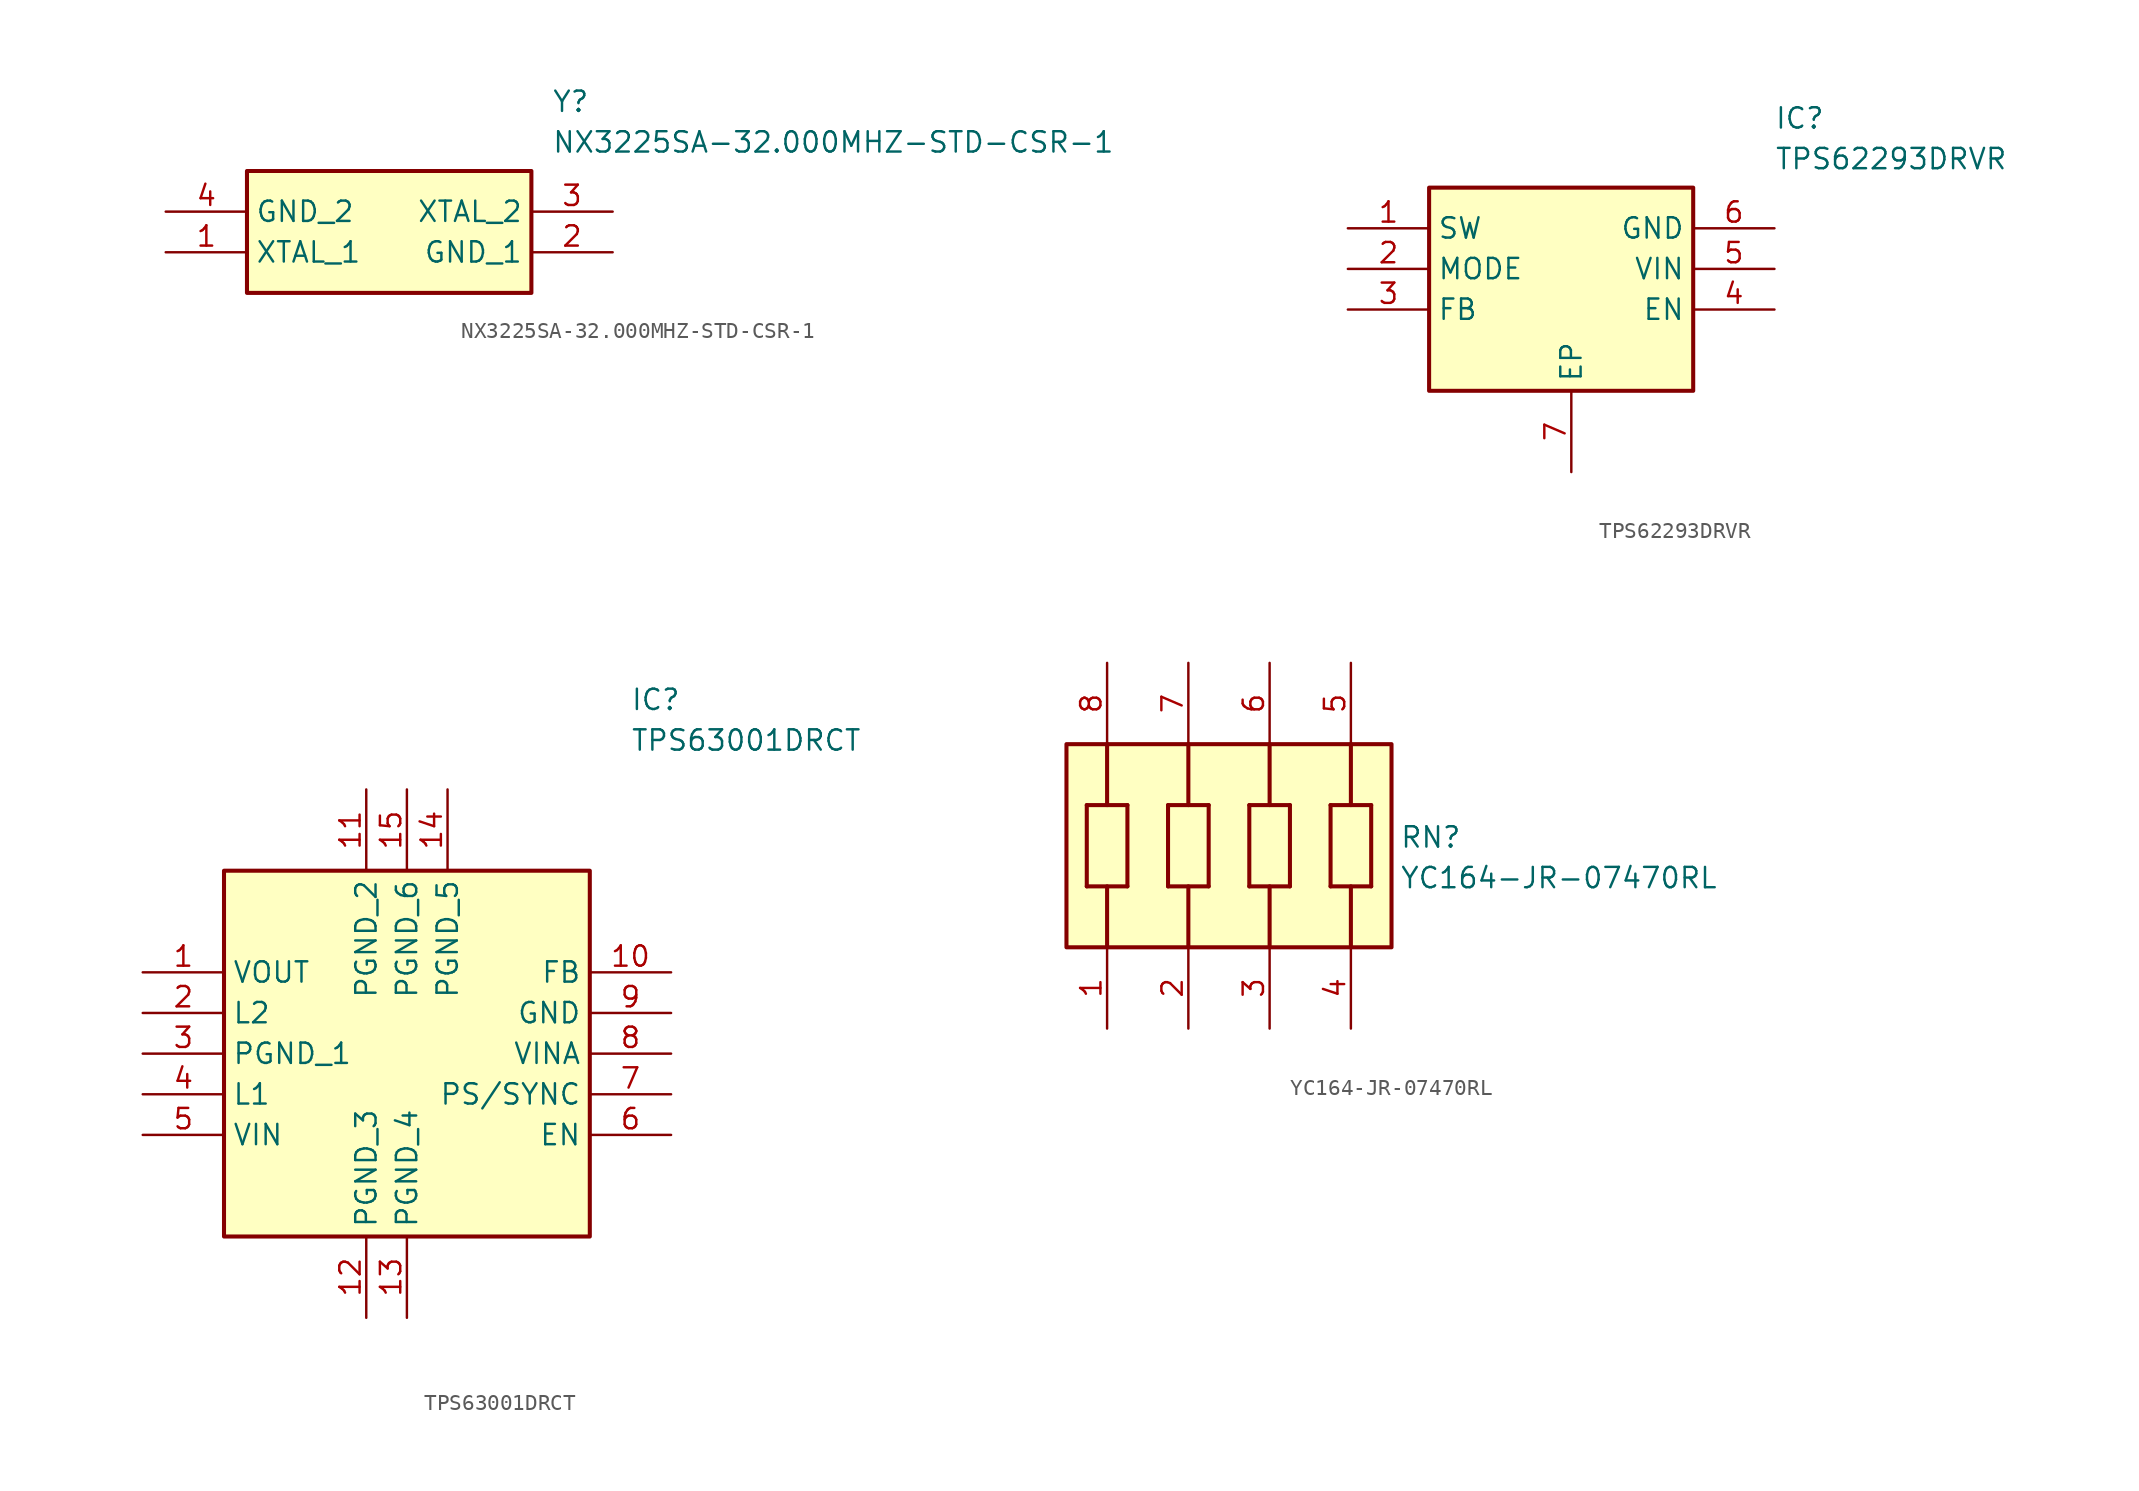
<source format=kicad_sym>
(kicad_symbol_lib
  (version 20241209)
  (generator "kicad_symbol_editor")
  (generator_version "9.0")
  (symbol "NX3225SA-32.000MHZ-STD-CSR-1"
    (property "Reference" "Y"
      (at 29.21 7.62 0)
      (effects (font (size 1.27 1.27)) (justify left top)))
    (property "Value" "NX3225SA-32.000MHZ-STD-CSR-1"
      (at 29.21 5.08 0)
      (effects (font (size 1.27 1.27)) (justify left top)))
    (symbol "NX3225SA-32.000MHZ-STD-CSR-1_1_1"
      (rectangle (start 10.16 2.54) (end 27.94 -5.08) (stroke (width 0.254) (type default)) (fill (type background)))
      (pin passive line (at 5.08 0 0) (length 5.08) (name "GND_2" (effects (font (size 1.27 1.27)))) (number "4" (effects (font (size 1.27 1.27)))))
      (pin passive line (at 5.08 -2.54 0) (length 5.08) (name "XTAL_1" (effects (font (size 1.27 1.27)))) (number "1" (effects (font (size 1.27 1.27)))))
      (pin passive line (at 33.02 0 180) (length 5.08) (name "XTAL_2" (effects (font (size 1.27 1.27)))) (number "3" (effects (font (size 1.27 1.27)))))
      (pin passive line (at 33.02 -2.54 180) (length 5.08) (name "GND_1" (effects (font (size 1.27 1.27)))) (number "2" (effects (font (size 1.27 1.27)))))))
  (symbol "TPS62293DRVR"
    (property "Reference" "IC"
      (at 26.67 7.62 0)
      (effects (font (size 1.27 1.27)) (justify left top)))
    (property "Value" "TPS62293DRVR"
      (at 26.67 5.08 0)
      (effects (font (size 1.27 1.27)) (justify left top)))
    (symbol "TPS62293DRVR_1_1"
      (rectangle (start 5.08 2.54) (end 21.59 -10.16) (stroke (width 0.254) (type default)) (fill (type background)))
      (pin passive line (at 0 0 0) (length 5.08) (name "SW" (effects (font (size 1.27 1.27)))) (number "1" (effects (font (size 1.27 1.27)))))
      (pin passive line (at 0 -2.54 0) (length 5.08) (name "MODE" (effects (font (size 1.27 1.27)))) (number "2" (effects (font (size 1.27 1.27)))))
      (pin passive line (at 0 -5.08 0) (length 5.08) (name "FB" (effects (font (size 1.27 1.27)))) (number "3" (effects (font (size 1.27 1.27)))))
      (pin passive line (at 13.97 -15.24 90) (length 5.08) (name "EP" (effects (font (size 1.27 1.27)))) (number "7" (effects (font (size 1.27 1.27)))))
      (pin passive line (at 26.67 0 180) (length 5.08) (name "GND" (effects (font (size 1.27 1.27)))) (number "6" (effects (font (size 1.27 1.27)))))
      (pin passive line (at 26.67 -2.54 180) (length 5.08) (name "VIN" (effects (font (size 1.27 1.27)))) (number "5" (effects (font (size 1.27 1.27)))))
      (pin passive line (at 26.67 -5.08 180) (length 5.08) (name "EN" (effects (font (size 1.27 1.27)))) (number "4" (effects (font (size 1.27 1.27)))))))
  (symbol "TPS63001DRCT"
    (property "Reference" "IC"
      (at 31.75 17.78 0)
      (effects (font (size 1.27 1.27)) (justify left top)))
    (property "Value" "TPS63001DRCT"
      (at 31.75 15.24 0)
      (effects (font (size 1.27 1.27)) (justify left top)))
    (symbol "TPS63001DRCT_1_1"
      (rectangle (start 6.35 6.35) (end 29.21 -16.51) (stroke (width 0.254) (type default)) (fill (type background)))
      (pin passive line (at 1.27 0 0) (length 5.08) (name "VOUT" (effects (font (size 1.27 1.27)))) (number "1" (effects (font (size 1.27 1.27)))))
      (pin passive line (at 1.27 -2.54 0) (length 5.08) (name "L2" (effects (font (size 1.27 1.27)))) (number "2" (effects (font (size 1.27 1.27)))))
      (pin passive line (at 1.27 -5.08 0) (length 5.08) (name "PGND_1" (effects (font (size 1.27 1.27)))) (number "3" (effects (font (size 1.27 1.27)))))
      (pin passive line (at 1.27 -7.62 0) (length 5.08) (name "L1" (effects (font (size 1.27 1.27)))) (number "4" (effects (font (size 1.27 1.27)))))
      (pin passive line (at 1.27 -10.16 0) (length 5.08) (name "VIN" (effects (font (size 1.27 1.27)))) (number "5" (effects (font (size 1.27 1.27)))))
      (pin passive line (at 15.24 11.43 270) (length 5.08) (name "PGND_2" (effects (font (size 1.27 1.27)))) (number "11" (effects (font (size 1.27 1.27)))))
      (pin passive line (at 15.24 -21.59 90) (length 5.08) (name "PGND_3" (effects (font (size 1.27 1.27)))) (number "12" (effects (font (size 1.27 1.27)))))
      (pin passive line (at 17.78 11.43 270) (length 5.08) (name "PGND_6" (effects (font (size 1.27 1.27)))) (number "15" (effects (font (size 1.27 1.27)))))
      (pin passive line (at 17.78 -21.59 90) (length 5.08) (name "PGND_4" (effects (font (size 1.27 1.27)))) (number "13" (effects (font (size 1.27 1.27)))))
      (pin passive line (at 20.32 11.43 270) (length 5.08) (name "PGND_5" (effects (font (size 1.27 1.27)))) (number "14" (effects (font (size 1.27 1.27)))))
      (pin passive line (at 34.29 0 180) (length 5.08) (name "FB" (effects (font (size 1.27 1.27)))) (number "10" (effects (font (size 1.27 1.27)))))
      (pin passive line (at 34.29 -2.54 180) (length 5.08) (name "GND" (effects (font (size 1.27 1.27)))) (number "9" (effects (font (size 1.27 1.27)))))
      (pin passive line (at 34.29 -5.08 180) (length 5.08) (name "VINA" (effects (font (size 1.27 1.27)))) (number "8" (effects (font (size 1.27 1.27)))))
      (pin passive line (at 34.29 -7.62 180) (length 5.08) (name "PS/SYNC" (effects (font (size 1.27 1.27)))) (number "7" (effects (font (size 1.27 1.27)))))
      (pin passive line (at 34.29 -10.16 180) (length 5.08) (name "EN" (effects (font (size 1.27 1.27)))) (number "6" (effects (font (size 1.27 1.27)))))))
  (symbol "YC164-JR-07470RL"
    (pin_names
      (hide yes))
    (property "Reference" "RN"
      (at 25.908 -2.54 0)
      (effects (font (size 1.27 1.27)) (justify left top)))
    (property "Value" "YC164-JR-07470RL"
      (at 25.908 -5.08 0)
      (effects (font (size 1.27 1.27)) (justify left top)))
    (symbol "YC164-JR-07470RL_1_1"
      (rectangle (start 5.08 2.54) (end 25.4 -10.16) (stroke (width 0.254) (type default)) (fill (type background)))
      (polyline (pts (xy 6.35 -1.27) (xy 6.35 -6.35)) (stroke (width 0.254) (type default)) (fill (type none)))
      (polyline (pts (xy 6.35 -1.27) (xy 8.89 -1.27)) (stroke (width 0.254) (type default)) (fill (type none)))
      (polyline (pts (xy 7.62 -1.27) (xy 7.62 2.54)) (stroke (width 0.254) (type default)) (fill (type none)))
      (polyline (pts (xy 7.62 -6.35) (xy 7.62 -10.16)) (stroke (width 0.254) (type default)) (fill (type none)))
      (polyline (pts (xy 8.89 -6.35) (xy 6.35 -6.35)) (stroke (width 0.254) (type default)) (fill (type none)))
      (polyline (pts (xy 8.89 -6.35) (xy 8.89 -1.27)) (stroke (width 0.254) (type default)) (fill (type none)))
      (polyline (pts (xy 11.43 -1.27) (xy 11.43 -6.35)) (stroke (width 0.254) (type default)) (fill (type none)))
      (polyline (pts (xy 11.43 -1.27) (xy 13.97 -1.27)) (stroke (width 0.254) (type default)) (fill (type none)))
      (polyline (pts (xy 12.7 -1.27) (xy 12.7 2.54)) (stroke (width 0.254) (type default)) (fill (type none)))
      (polyline (pts (xy 12.7 -6.35) (xy 12.7 -10.16)) (stroke (width 0.254) (type default)) (fill (type none)))
      (polyline (pts (xy 13.97 -6.35) (xy 11.43 -6.35)) (stroke (width 0.254) (type default)) (fill (type none)))
      (polyline (pts (xy 13.97 -6.35) (xy 13.97 -1.27)) (stroke (width 0.254) (type default)) (fill (type none)))
      (polyline (pts (xy 16.51 -1.27) (xy 16.51 -6.35)) (stroke (width 0.254) (type default)) (fill (type none)))
      (polyline (pts (xy 16.51 -1.27) (xy 19.05 -1.27)) (stroke (width 0.254) (type default)) (fill (type none)))
      (polyline (pts (xy 17.78 -1.27) (xy 17.78 2.54)) (stroke (width 0.254) (type default)) (fill (type none)))
      (polyline (pts (xy 17.78 -6.35) (xy 17.78 -10.16)) (stroke (width 0.254) (type default)) (fill (type none)))
      (polyline (pts (xy 19.05 -6.35) (xy 16.51 -6.35)) (stroke (width 0.254) (type default)) (fill (type none)))
      (polyline (pts (xy 19.05 -6.35) (xy 19.05 -1.27)) (stroke (width 0.254) (type default)) (fill (type none)))
      (polyline (pts (xy 21.59 -1.27) (xy 21.59 -6.35)) (stroke (width 0.254) (type default)) (fill (type none)))
      (polyline (pts (xy 21.59 -1.27) (xy 24.13 -1.27)) (stroke (width 0.254) (type default)) (fill (type none)))
      (polyline (pts (xy 22.86 -1.27) (xy 22.86 2.54)) (stroke (width 0.254) (type default)) (fill (type none)))
      (polyline (pts (xy 22.86 -6.35) (xy 22.86 -10.16)) (stroke (width 0.254) (type default)) (fill (type none)))
      (polyline (pts (xy 24.13 -6.35) (xy 21.59 -6.35)) (stroke (width 0.254) (type default)) (fill (type none)))
      (polyline (pts (xy 24.13 -6.35) (xy 24.13 -1.27)) (stroke (width 0.254) (type default)) (fill (type none)))
      (pin passive line (at 7.62 7.62 270) (length 5.08) (name "8" (effects (font (size 1.27 1.27)))) (number "8" (effects (font (size 1.27 1.27)))))
      (pin passive line (at 7.62 -15.24 90) (length 5.08) (name "1" (effects (font (size 1.27 1.27)))) (number "1" (effects (font (size 1.27 1.27)))))
      (pin passive line (at 12.7 7.62 270) (length 5.08) (name "7" (effects (font (size 1.27 1.27)))) (number "7" (effects (font (size 1.27 1.27)))))
      (pin passive line (at 12.7 -15.24 90) (length 5.08) (name "2" (effects (font (size 1.27 1.27)))) (number "2" (effects (font (size 1.27 1.27)))))
      (pin passive line (at 17.78 7.62 270) (length 5.08) (name "6" (effects (font (size 1.27 1.27)))) (number "6" (effects (font (size 1.27 1.27)))))
      (pin passive line (at 17.78 -15.24 90) (length 5.08) (name "3" (effects (font (size 1.27 1.27)))) (number "3" (effects (font (size 1.27 1.27)))))
      (pin passive line (at 22.86 7.62 270) (length 5.08) (name "5" (effects (font (size 1.27 1.27)))) (number "5" (effects (font (size 1.27 1.27)))))
      (pin passive line (at 22.86 -15.24 90) (length 5.08) (name "4" (effects (font (size 1.27 1.27)))) (number "4" (effects (font (size 1.27 1.27))))))))
</source>
